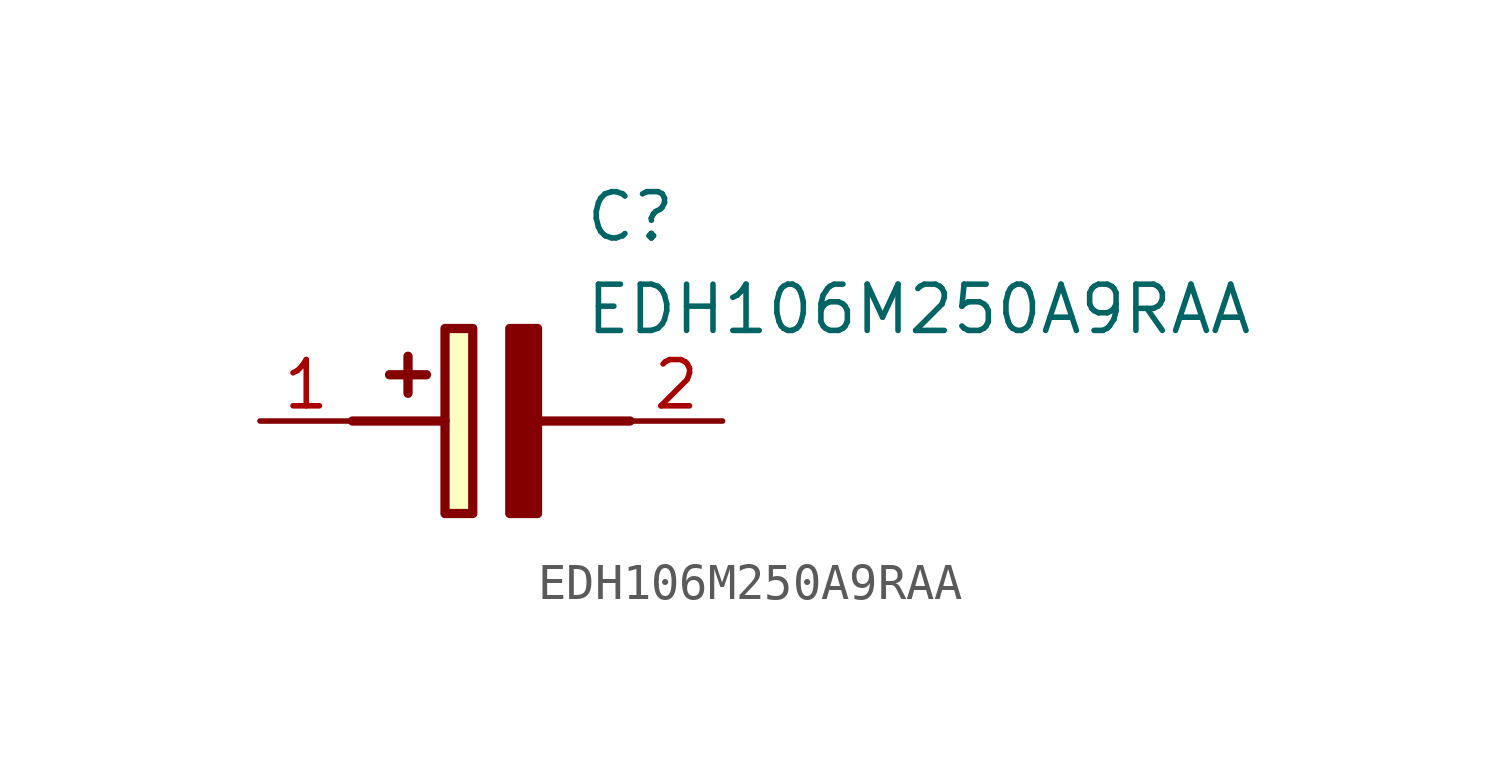
<source format=kicad_sym>
(kicad_symbol_lib
  (version 20211014)
  (generator SamacSys_ECAD_Model)
  (symbol "EDH106M250A9RAA"
    (pin_names hide)
    (property "Reference" "C"
      (at 8.89 6.35 0)
      (effects (font (size 1.27 1.27)) (justify left top)))
    (property "Value" "EDH106M250A9RAA"
      (at 8.89 3.81 0)
      (effects (font (size 1.27 1.27)) (justify left top)))
    (rectangle
      (start 5.08 2.54)
      (end 5.842 -2.54)
      (stroke (width 0.254) (type default))
      (fill (type background)))
    (polyline
      (pts (xy 4.572 1.27) (xy 3.556 1.27))
      (stroke (width 0.254) (type default))
      (fill (type none)))
    (polyline
      (pts (xy 4.064 1.778) (xy 4.064 0.762))
      (stroke (width 0.254) (type default))
      (fill (type none)))
    (polyline
      (pts (xy 2.54 0) (xy 5.08 0))
      (stroke (width 0.254) (type default))
      (fill (type none)))
    (polyline
      (pts (xy 7.62 0) (xy 10.16 0))
      (stroke (width 0.254) (type default))
      (fill (type none)))
    (polyline
      (pts (xy 7.62 2.54) (xy 7.62 -2.54) (xy 6.858 -2.54) (xy 6.858 2.54) (xy 7.62 2.54))
      (stroke (width 0.254) (type default))
      (fill (type outline)))
    (pin passive line
      (at 0 0 0)
      (length 2.54)
      (name "+" (effects (font (size 1.27 1.27))))
      (number "1" (effects (font (size 1.27 1.27)))))
    (pin passive line
      (at 12.7 0 180)
      (length 2.54)
      (name "-" (effects (font (size 1.27 1.27))))
      (number "2" (effects (font (size 1.27 1.27)))))))
</source>
